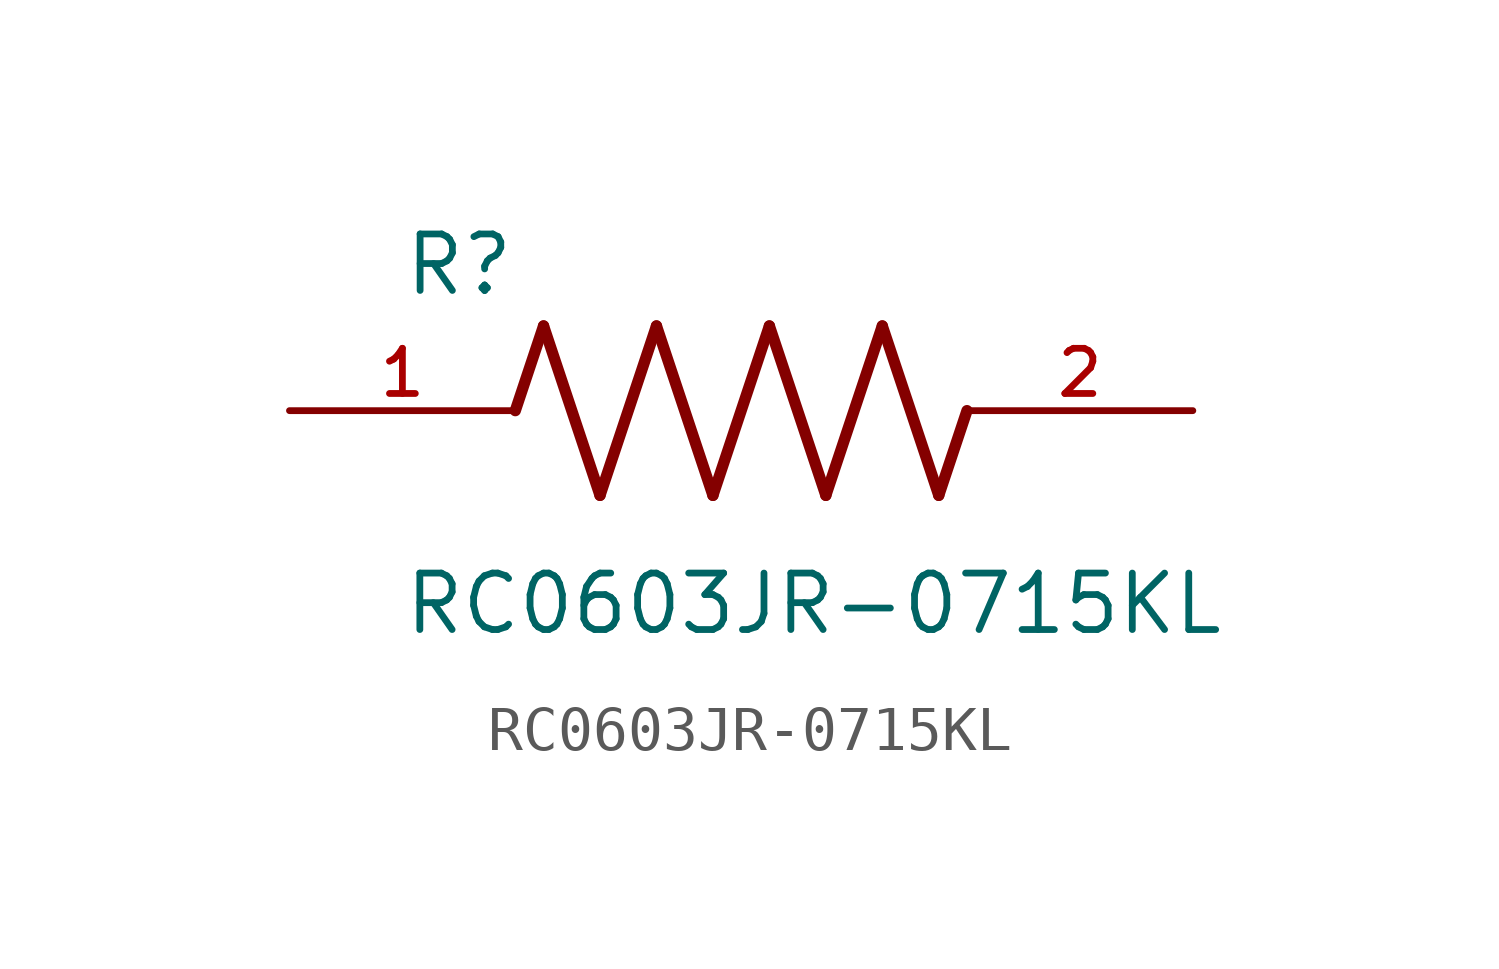
<source format=kicad_sym>
(kicad_symbol_lib
  (version 20211014)
  (generator kicad_symbol_editor)
  (symbol "RC0603JR-0715KL"
    (pin_names
      (offset 1.016))
    (property "Reference" "R"
      (at -7.624 2.541 0)
      (effects (font (size 1.27 1.27)) (justify bottom left)))
    (property "Value" "RC0603JR-0715KL"
      (at -7.63 -5.087 0)
      (effects (font (size 1.27 1.27)) (justify bottom left)))
    (symbol "RC0603JR-0715KL_0_0"
      (polyline (pts (xy -5.08 0.0) (xy -4.445 1.905)) (stroke (width 0.254)))
      (polyline (pts (xy -4.445 1.905) (xy -3.175 -1.905)) (stroke (width 0.254)))
      (polyline (pts (xy -3.175 -1.905) (xy -1.905 1.905)) (stroke (width 0.254)))
      (polyline (pts (xy -1.905 1.905) (xy -0.635 -1.905)) (stroke (width 0.254)))
      (polyline (pts (xy -0.635 -1.905) (xy 0.635 1.905)) (stroke (width 0.254)))
      (polyline (pts (xy 0.635 1.905) (xy 1.905 -1.905)) (stroke (width 0.254)))
      (polyline (pts (xy 1.905 -1.905) (xy 3.175 1.905)) (stroke (width 0.254)))
      (polyline (pts (xy 3.175 1.905) (xy 4.445 -1.905)) (stroke (width 0.254)))
      (polyline (pts (xy 4.445 -1.905) (xy 5.08 0.0)) (stroke (width 0.254)))
      (pin passive line (at -10.16 0.0 0) (length 5.08) (name "~" (effects (font (size 1.016 1.016)))) (number "1" (effects (font (size 1.016 1.016)))))
      (pin passive line (at 10.16 0.0 180.0) (length 5.08) (name "~" (effects (font (size 1.016 1.016)))) (number "2" (effects (font (size 1.016 1.016))))))))
</source>
